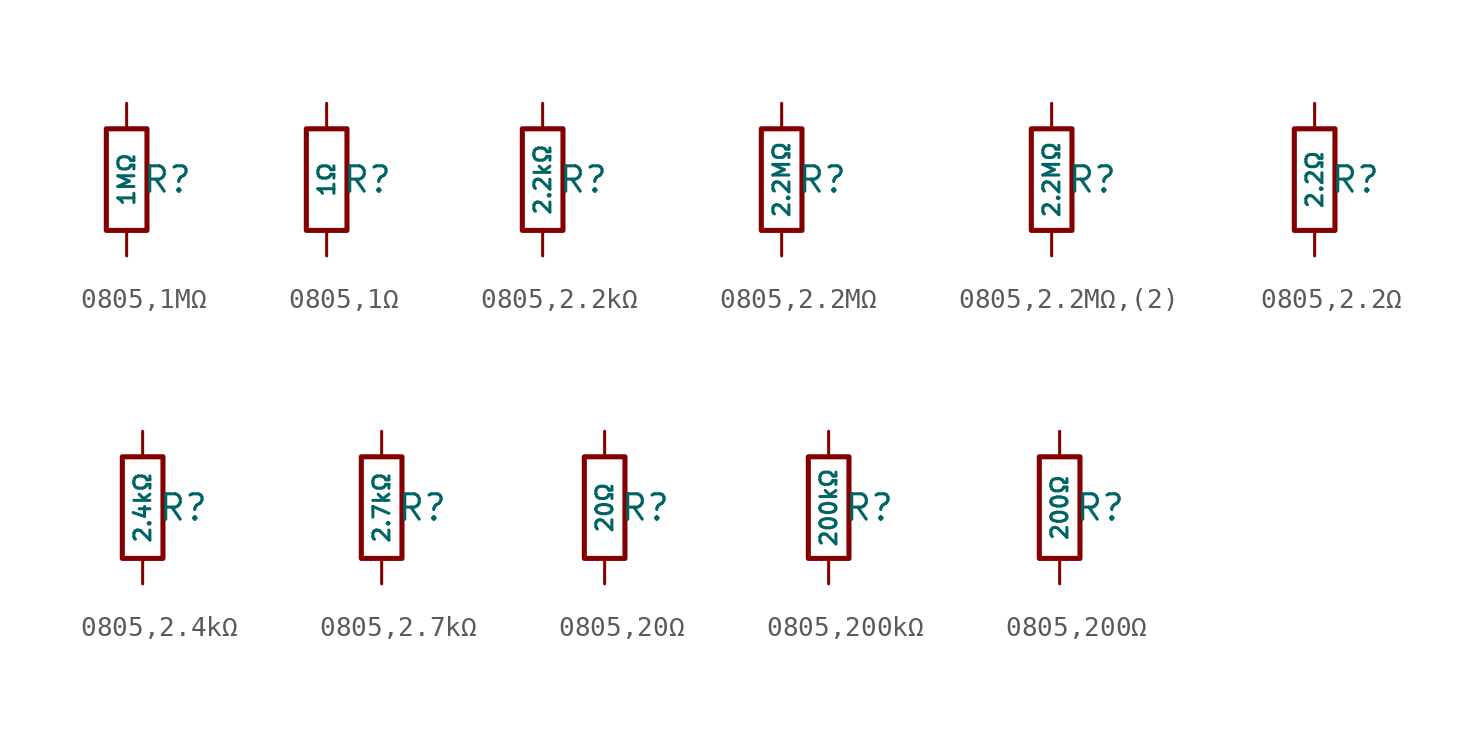
<source format=kicad_sym>
(kicad_symbol_lib
  (version 20231120)
  (generator "CDFER")
  (generator_version "8.0")
  (symbol "0805,1MΩ"
    (pin_numbers hide)
    (pin_names
      (offset 0))
    (property "Reference" "R"
      (at 2.032 0 0)
      (effects (font (size 1.27 1.27)) (hide no)))
    (property "Value" "1MΩ"
      (at 0 0 90)
      (do_not_autoplace)
      (effects (font (size 0.8 0.8)) (hide no)))
    (symbol "0805,1MΩ_0_1"
      (rectangle (start -1.016 2.54) (end 1.016 -2.54) (stroke (width 0.254) (type default)) (fill (type none))))
    (symbol "0805,1MΩ_1_1"
      (pin passive line (at 0 3.81 270) (length 1.27) (name "~" (effects (font (size 1.27 1.27)))) (number "1" (effects (font (size 1.27 1.27)))))
      (pin passive line (at 0 -3.81 90) (length 1.27) (name "~" (effects (font (size 1.27 1.27)))) (number "2" (effects (font (size 1.27 1.27)))))))
  (symbol "0805,1Ω"
    (pin_numbers hide)
    (pin_names
      (offset 0))
    (property "Reference" "R"
      (at 2.032 0 0)
      (effects (font (size 1.27 1.27)) (hide no)))
    (property "Value" "1Ω"
      (at 0 0 90)
      (do_not_autoplace)
      (effects (font (size 0.8 0.8)) (hide no)))
    (symbol "0805,1Ω_0_1"
      (rectangle (start -1.016 2.54) (end 1.016 -2.54) (stroke (width 0.254) (type default)) (fill (type none))))
    (symbol "0805,1Ω_1_1"
      (pin passive line (at 0 3.81 270) (length 1.27) (name "~" (effects (font (size 1.27 1.27)))) (number "1" (effects (font (size 1.27 1.27)))))
      (pin passive line (at 0 -3.81 90) (length 1.27) (name "~" (effects (font (size 1.27 1.27)))) (number "2" (effects (font (size 1.27 1.27)))))))
  (symbol "0805,2.2kΩ"
    (pin_numbers hide)
    (pin_names
      (offset 0))
    (property "Reference" "R"
      (at 2.032 0 0)
      (effects (font (size 1.27 1.27)) (hide no)))
    (property "Value" "2.2kΩ"
      (at 0 0 90)
      (do_not_autoplace)
      (effects (font (size 0.8 0.8)) (hide no)))
    (symbol "0805,2.2kΩ_0_1"
      (rectangle (start -1.016 2.54) (end 1.016 -2.54) (stroke (width 0.254) (type default)) (fill (type none))))
    (symbol "0805,2.2kΩ_1_1"
      (pin passive line (at 0 3.81 270) (length 1.27) (name "~" (effects (font (size 1.27 1.27)))) (number "1" (effects (font (size 1.27 1.27)))))
      (pin passive line (at 0 -3.81 90) (length 1.27) (name "~" (effects (font (size 1.27 1.27)))) (number "2" (effects (font (size 1.27 1.27)))))))
  (symbol "0805,2.2MΩ"
    (pin_numbers hide)
    (pin_names
      (offset 0))
    (property "Reference" "R"
      (at 2.032 0 0)
      (effects (font (size 1.27 1.27)) (hide no)))
    (property "Value" "2.2MΩ"
      (at 0 0 90)
      (do_not_autoplace)
      (effects (font (size 0.8 0.8)) (hide no)))
    (symbol "0805,2.2MΩ_0_1"
      (rectangle (start -1.016 2.54) (end 1.016 -2.54) (stroke (width 0.254) (type default)) (fill (type none))))
    (symbol "0805,2.2MΩ_1_1"
      (pin passive line (at 0 3.81 270) (length 1.27) (name "~" (effects (font (size 1.27 1.27)))) (number "1" (effects (font (size 1.27 1.27)))))
      (pin passive line (at 0 -3.81 90) (length 1.27) (name "~" (effects (font (size 1.27 1.27)))) (number "2" (effects (font (size 1.27 1.27)))))))
  (symbol "0805,2.2MΩ,(2)"
    (pin_numbers hide)
    (pin_names
      (offset 0))
    (property "Reference" "R"
      (at 2.032 0 0)
      (effects (font (size 1.27 1.27)) (hide no)))
    (property "Value" "2.2MΩ"
      (at 0 0 90)
      (do_not_autoplace)
      (effects (font (size 0.8 0.8)) (hide no)))
    (symbol "0805,2.2MΩ,(2)_0_1"
      (rectangle (start -1.016 2.54) (end 1.016 -2.54) (stroke (width 0.254) (type default)) (fill (type none))))
    (symbol "0805,2.2MΩ,(2)_1_1"
      (pin passive line (at 0 3.81 270) (length 1.27) (name "~" (effects (font (size 1.27 1.27)))) (number "1" (effects (font (size 1.27 1.27)))))
      (pin passive line (at 0 -3.81 90) (length 1.27) (name "~" (effects (font (size 1.27 1.27)))) (number "2" (effects (font (size 1.27 1.27)))))))
  (symbol "0805,2.2Ω"
    (pin_numbers hide)
    (pin_names
      (offset 0))
    (property "Reference" "R"
      (at 2.032 0 0)
      (effects (font (size 1.27 1.27)) (hide no)))
    (property "Value" "2.2Ω"
      (at 0 0 90)
      (do_not_autoplace)
      (effects (font (size 0.8 0.8)) (hide no)))
    (symbol "0805,2.2Ω_0_1"
      (rectangle (start -1.016 2.54) (end 1.016 -2.54) (stroke (width 0.254) (type default)) (fill (type none))))
    (symbol "0805,2.2Ω_1_1"
      (pin passive line (at 0 3.81 270) (length 1.27) (name "~" (effects (font (size 1.27 1.27)))) (number "1" (effects (font (size 1.27 1.27)))))
      (pin passive line (at 0 -3.81 90) (length 1.27) (name "~" (effects (font (size 1.27 1.27)))) (number "2" (effects (font (size 1.27 1.27)))))))
  (symbol "0805,2.4kΩ"
    (pin_numbers hide)
    (pin_names
      (offset 0))
    (property "Reference" "R"
      (at 2.032 0 0)
      (effects (font (size 1.27 1.27)) (hide no)))
    (property "Value" "2.4kΩ"
      (at 0 0 90)
      (do_not_autoplace)
      (effects (font (size 0.8 0.8)) (hide no)))
    (symbol "0805,2.4kΩ_0_1"
      (rectangle (start -1.016 2.54) (end 1.016 -2.54) (stroke (width 0.254) (type default)) (fill (type none))))
    (symbol "0805,2.4kΩ_1_1"
      (pin passive line (at 0 3.81 270) (length 1.27) (name "~" (effects (font (size 1.27 1.27)))) (number "1" (effects (font (size 1.27 1.27)))))
      (pin passive line (at 0 -3.81 90) (length 1.27) (name "~" (effects (font (size 1.27 1.27)))) (number "2" (effects (font (size 1.27 1.27)))))))
  (symbol "0805,2.7kΩ"
    (pin_numbers hide)
    (pin_names
      (offset 0))
    (property "Reference" "R"
      (at 2.032 0 0)
      (effects (font (size 1.27 1.27)) (hide no)))
    (property "Value" "2.7kΩ"
      (at 0 0 90)
      (do_not_autoplace)
      (effects (font (size 0.8 0.8)) (hide no)))
    (symbol "0805,2.7kΩ_0_1"
      (rectangle (start -1.016 2.54) (end 1.016 -2.54) (stroke (width 0.254) (type default)) (fill (type none))))
    (symbol "0805,2.7kΩ_1_1"
      (pin passive line (at 0 3.81 270) (length 1.27) (name "~" (effects (font (size 1.27 1.27)))) (number "1" (effects (font (size 1.27 1.27)))))
      (pin passive line (at 0 -3.81 90) (length 1.27) (name "~" (effects (font (size 1.27 1.27)))) (number "2" (effects (font (size 1.27 1.27)))))))
  (symbol "0805,20Ω"
    (pin_numbers hide)
    (pin_names
      (offset 0))
    (property "Reference" "R"
      (at 2.032 0 0)
      (effects (font (size 1.27 1.27)) (hide no)))
    (property "Value" "20Ω"
      (at 0 0 90)
      (do_not_autoplace)
      (effects (font (size 0.8 0.8)) (hide no)))
    (symbol "0805,20Ω_0_1"
      (rectangle (start -1.016 2.54) (end 1.016 -2.54) (stroke (width 0.254) (type default)) (fill (type none))))
    (symbol "0805,20Ω_1_1"
      (pin passive line (at 0 3.81 270) (length 1.27) (name "~" (effects (font (size 1.27 1.27)))) (number "1" (effects (font (size 1.27 1.27)))))
      (pin passive line (at 0 -3.81 90) (length 1.27) (name "~" (effects (font (size 1.27 1.27)))) (number "2" (effects (font (size 1.27 1.27)))))))
  (symbol "0805,200kΩ"
    (pin_numbers hide)
    (pin_names
      (offset 0))
    (property "Reference" "R"
      (at 2.032 0 0)
      (effects (font (size 1.27 1.27)) (hide no)))
    (property "Value" "200kΩ"
      (at 0 0 90)
      (do_not_autoplace)
      (effects (font (size 0.8 0.8)) (hide no)))
    (symbol "0805,200kΩ_0_1"
      (rectangle (start -1.016 2.54) (end 1.016 -2.54) (stroke (width 0.254) (type default)) (fill (type none))))
    (symbol "0805,200kΩ_1_1"
      (pin passive line (at 0 3.81 270) (length 1.27) (name "~" (effects (font (size 1.27 1.27)))) (number "1" (effects (font (size 1.27 1.27)))))
      (pin passive line (at 0 -3.81 90) (length 1.27) (name "~" (effects (font (size 1.27 1.27)))) (number "2" (effects (font (size 1.27 1.27)))))))
  (symbol "0805,200Ω"
    (pin_numbers hide)
    (pin_names
      (offset 0))
    (property "Reference" "R"
      (at 2.032 0 0)
      (effects (font (size 1.27 1.27)) (hide no)))
    (property "Value" "200Ω"
      (at 0 0 90)
      (do_not_autoplace)
      (effects (font (size 0.8 0.8)) (hide no)))
    (symbol "0805,200Ω_0_1"
      (rectangle (start -1.016 2.54) (end 1.016 -2.54) (stroke (width 0.254) (type default)) (fill (type none))))
    (symbol "0805,200Ω_1_1"
      (pin passive line (at 0 3.81 270) (length 1.27) (name "~" (effects (font (size 1.27 1.27)))) (number "1" (effects (font (size 1.27 1.27)))))
      (pin passive line (at 0 -3.81 90) (length 1.27) (name "~" (effects (font (size 1.27 1.27)))) (number "2" (effects (font (size 1.27 1.27))))))))
</source>
